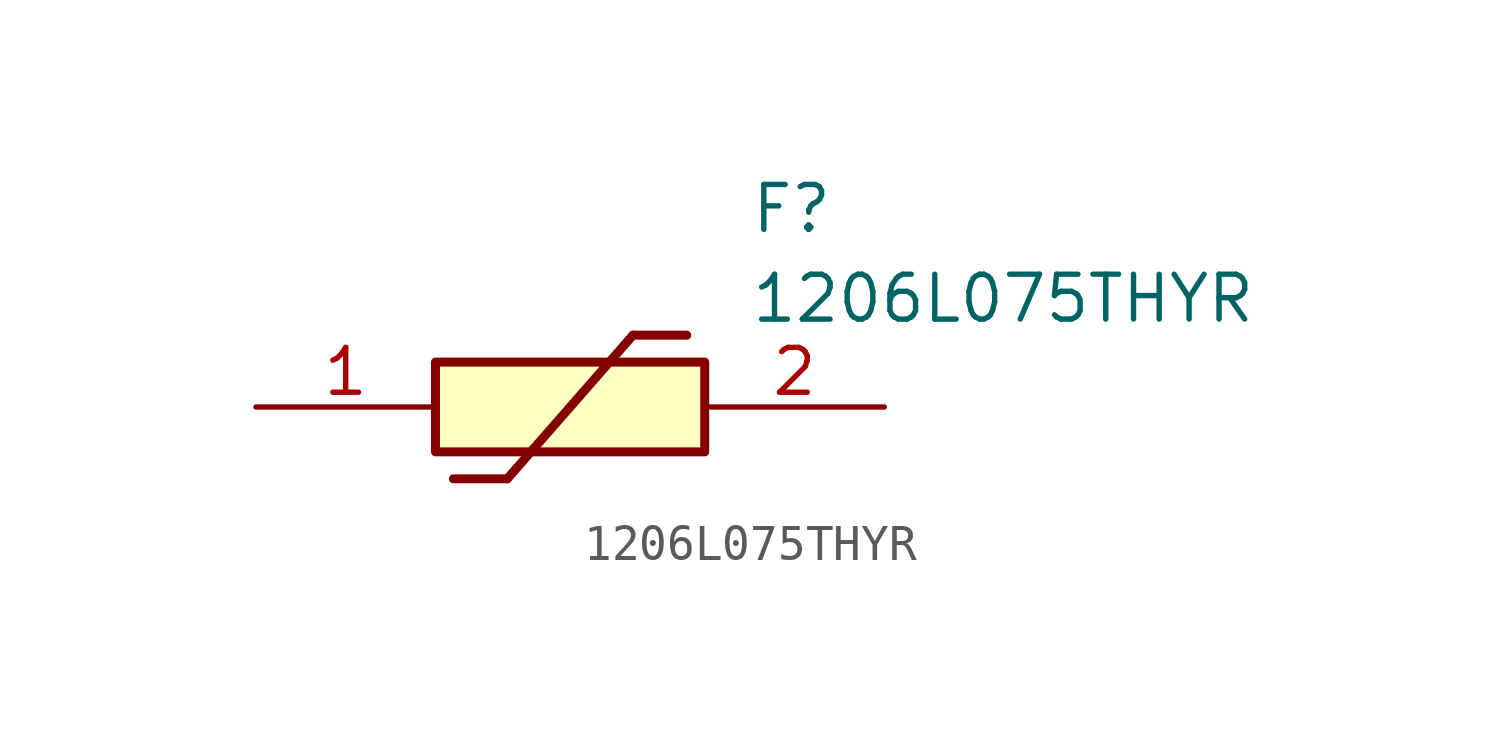
<source format=kicad_sym>
(kicad_symbol_lib
  (version 20211014)
  (generator SamacSys_ECAD_Model)
  (symbol "1206L075THYR"
    (pin_names hide)
    (property "Reference" "F"
      (at 13.97 6.35 0)
      (effects (font (size 1.27 1.27)) (justify left top)))
    (property "Value" "1206L075THYR"
      (at 13.97 3.81 0)
      (effects (font (size 1.27 1.27)) (justify left top)))
    (rectangle
      (start 5.08 1.27)
      (end 12.7 -1.27)
      (stroke (width 0.254) (type default))
      (fill (type background)))
    (polyline
      (pts (xy 5.588 -2.032) (xy 7.112 -2.032))
      (stroke (width 0.254) (type default))
      (fill (type none)))
    (polyline
      (pts (xy 10.668 2.032) (xy 7.112 -2.032))
      (stroke (width 0.254) (type default))
      (fill (type none)))
    (polyline
      (pts (xy 10.668 2.032) (xy 12.192 2.032))
      (stroke (width 0.254) (type default))
      (fill (type none)))
    (pin passive line
      (at 0 0 0)
      (length 5.08)
      (name "1" (effects (font (size 1.27 1.27))))
      (number "1" (effects (font (size 1.27 1.27)))))
    (pin passive line
      (at 17.78 0 180)
      (length 5.08)
      (name "2" (effects (font (size 1.27 1.27))))
      (number "2" (effects (font (size 1.27 1.27)))))))
</source>
